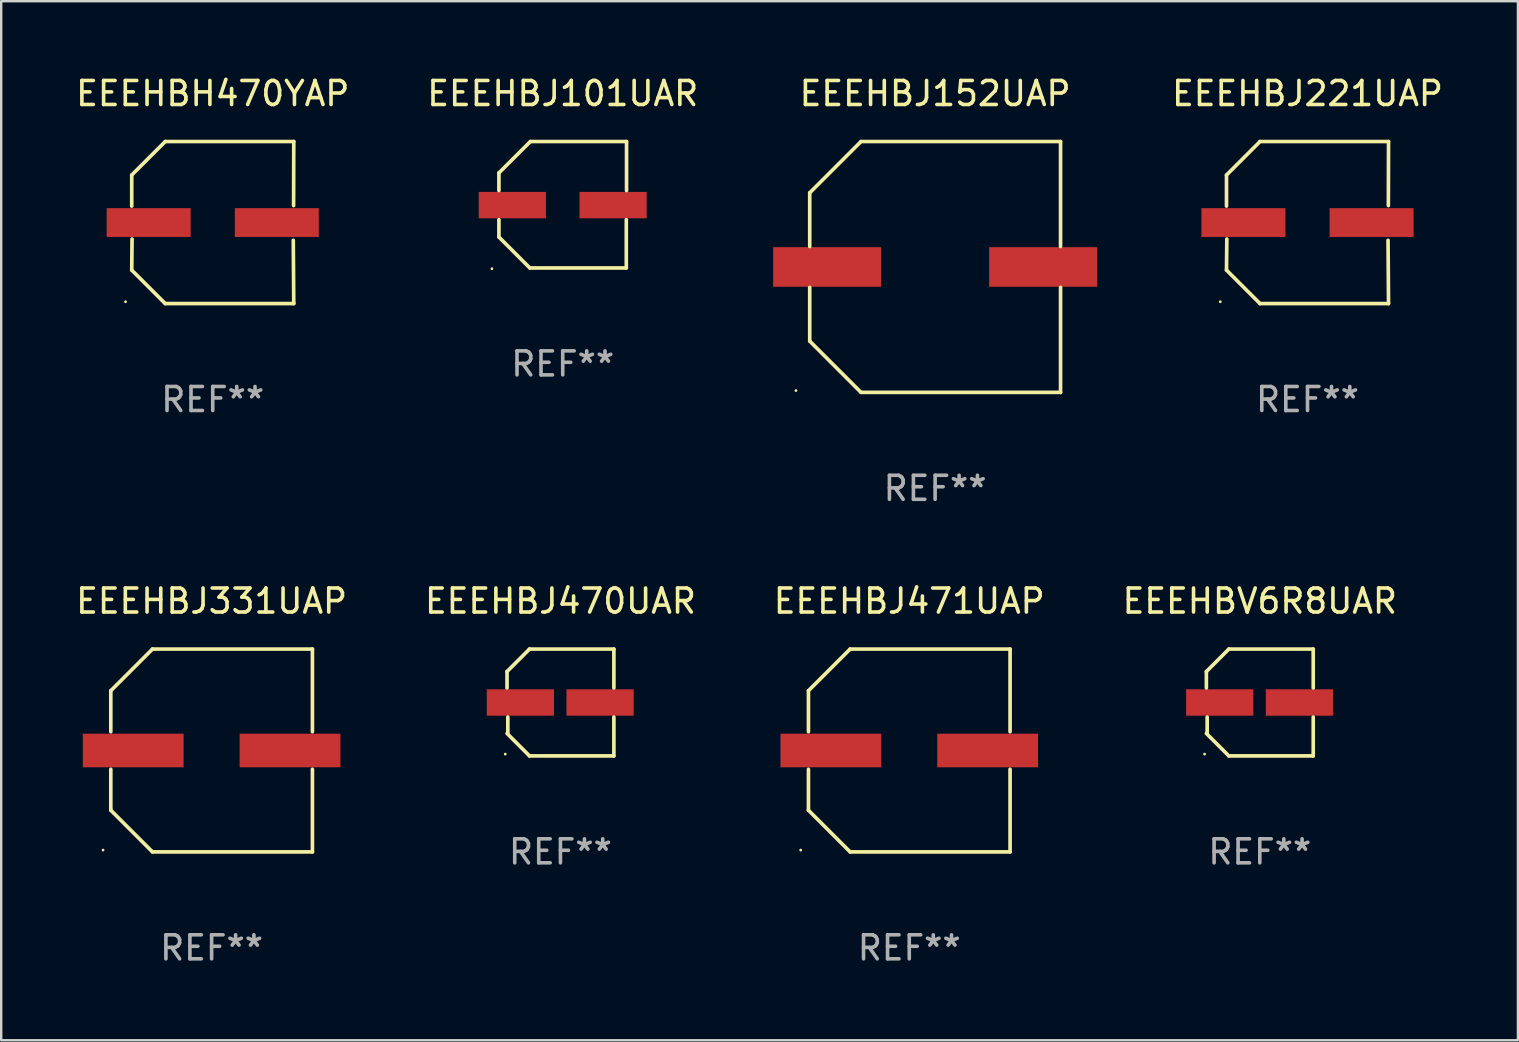
<source format=kicad_pcb>
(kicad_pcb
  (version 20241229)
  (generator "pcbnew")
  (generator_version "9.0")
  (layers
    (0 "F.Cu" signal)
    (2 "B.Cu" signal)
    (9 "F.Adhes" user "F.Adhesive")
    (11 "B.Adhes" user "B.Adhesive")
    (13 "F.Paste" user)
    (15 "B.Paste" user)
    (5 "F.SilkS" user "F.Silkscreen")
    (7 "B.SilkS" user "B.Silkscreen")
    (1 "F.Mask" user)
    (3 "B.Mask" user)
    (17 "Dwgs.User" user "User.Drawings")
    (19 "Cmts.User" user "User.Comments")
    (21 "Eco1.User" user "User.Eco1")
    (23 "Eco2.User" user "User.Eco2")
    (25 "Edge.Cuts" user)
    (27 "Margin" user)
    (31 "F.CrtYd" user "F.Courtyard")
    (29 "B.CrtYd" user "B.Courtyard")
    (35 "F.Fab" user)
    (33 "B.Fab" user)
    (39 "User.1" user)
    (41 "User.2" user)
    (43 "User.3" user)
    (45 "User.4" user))
  (footprint "EEEHBJ471UAP"
    (layer "F.Cu")
    (at 34.839 28.223)
    (property "Reference" "EEEHBJ471UAP" (at 0 -6.226 0) (layer "F.SilkS") (effects (font (size 1 1) (thickness 0.15))))
    (attr through_hole)
    (fp_line (start -4.201 -2.49) (end -4.201 -0.782) (stroke (width 0.152) (type solid)) (layer "F.SilkS"))
    (fp_line (start -4.201 2.49) (end -4.201 0.782) (stroke (width 0.152) (type solid)) (layer "F.SilkS"))
    (fp_line (start -2.465 -4.226) (end -4.201 -2.49) (stroke (width 0.152) (type solid)) (layer "F.SilkS"))
    (fp_line (start -2.465 4.226) (end -4.201 2.49) (stroke (width 0.152) (type solid)) (layer "F.SilkS"))
    (fp_line (start 4.201 -4.226) (end -2.465 -4.226) (stroke (width 0.152) (type solid)) (layer "F.SilkS"))
    (fp_line (start 4.201 -0.782) (end 4.201 -4.226) (stroke (width 0.152) (type solid)) (layer "F.SilkS"))
    (fp_line (start 4.201 0.782) (end 4.201 4.226) (stroke (width 0.152) (type solid)) (layer "F.SilkS"))
    (fp_line (start 4.201 4.226) (end -2.465 4.226) (stroke (width 0.152) (type solid)) (layer "F.SilkS"))
    (fp_circle (center -4.524 4.15) (end -4.494 4.15) (stroke (width 0.06) (type solid)) (fill no) (layer "F.SilkS"))
    (fp_text user "REF**" (at 0 8.226 0) (layer "F.Fab") (effects (font (size 1 1) (thickness 0.15))))
    (pad "1" smd rect (at -3.267 0) (size 4.2 1.4) (layers "F.Cu" "F.Mask" "F.Paste"))
    (pad "2" smd rect (at 3.267 0) (size 4.2 1.4) (layers "F.Cu" "F.Mask" "F.Paste")))
  (footprint "EEEHBJ331UAP"
    (layer "F.Cu")
    (at 5.768 28.223)
    (property "Reference" "EEEHBJ331UAP" (at 0 -6.226 0) (layer "F.SilkS") (effects (font (size 1 1) (thickness 0.15))))
    (attr through_hole)
    (fp_line (start -4.201 -2.49) (end -4.201 -0.782) (stroke (width 0.152) (type solid)) (layer "F.SilkS"))
    (fp_line (start -4.201 2.49) (end -4.201 0.782) (stroke (width 0.152) (type solid)) (layer "F.SilkS"))
    (fp_line (start -2.465 -4.226) (end -4.201 -2.49) (stroke (width 0.152) (type solid)) (layer "F.SilkS"))
    (fp_line (start -2.465 4.226) (end -4.201 2.49) (stroke (width 0.152) (type solid)) (layer "F.SilkS"))
    (fp_line (start 4.201 -4.226) (end -2.465 -4.226) (stroke (width 0.152) (type solid)) (layer "F.SilkS"))
    (fp_line (start 4.201 -0.782) (end 4.201 -4.226) (stroke (width 0.152) (type solid)) (layer "F.SilkS"))
    (fp_line (start 4.201 0.782) (end 4.201 4.226) (stroke (width 0.152) (type solid)) (layer "F.SilkS"))
    (fp_line (start 4.201 4.226) (end -2.465 4.226) (stroke (width 0.152) (type solid)) (layer "F.SilkS"))
    (fp_circle (center -4.524 4.15) (end -4.494 4.15) (stroke (width 0.06) (type solid)) (fill no) (layer "F.SilkS"))
    (fp_text user "REF**" (at 0 8.226 0) (layer "F.Fab") (effects (font (size 1 1) (thickness 0.15))))
    (pad "1" smd rect (at -3.267 0) (size 4.2 1.4) (layers "F.Cu" "F.Mask" "F.Paste"))
    (pad "2" smd rect (at 3.267 0) (size 4.2 1.4) (layers "F.Cu" "F.Mask" "F.Paste")))
  (footprint "EEEHBJ221UAP"
    (layer "F.Cu")
    (at 51.434 6.224)
    (property "Reference" "EEEHBJ221UAP" (at 0 -5.376 0) (layer "F.SilkS") (effects (font (size 1 1) (thickness 0.15))))
    (attr through_hole)
    (fp_line (start -3.376 -1.98) (end -3.376 -0.686) (stroke (width 0.152) (type solid)) (layer "F.SilkS"))
    (fp_line (start -3.376 1.981) (end -3.362 0.686) (stroke (width 0.152) (type solid)) (layer "F.SilkS"))
    (fp_line (start -1.981 3.376) (end -3.376 1.981) (stroke (width 0.152) (type solid)) (layer "F.SilkS"))
    (fp_line (start -1.98 -3.376) (end -3.376 -1.98) (stroke (width 0.152) (type solid)) (layer "F.SilkS"))
    (fp_line (start 3.356 0.74) (end 3.376 3.376) (stroke (width 0.152) (type solid)) (layer "F.SilkS"))
    (fp_line (start 3.369 -0.707) (end 3.376 -3.376) (stroke (width 0.152) (type solid)) (layer "F.SilkS"))
    (fp_line (start 3.376 3.376) (end -1.981 3.376) (stroke (width 0.152) (type solid)) (layer "F.SilkS"))
    (fp_line (start 3.376 -3.376) (end -1.98 -3.376) (stroke (width 0.152) (type solid)) (layer "F.SilkS"))
    (fp_circle (center -3.634 3.3) (end -3.604 3.3) (stroke (width 0.06) (type solid)) (fill no) (layer "F.SilkS"))
    (fp_text user "REF**" (at 0 7.376 0) (layer "F.Fab") (effects (font (size 1 1) (thickness 0.15))))
    (pad "1" smd rect (at -2.67 0.000254) (size 3.5 1.2) (layers "F.Cu" "F.Mask" "F.Paste"))
    (pad "2" smd rect (at 2.67 0.000254) (size 3.5 1.2) (layers "F.Cu" "F.Mask" "F.Paste")))
  (footprint "EEEHBJ470UAR"
    (layer "F.Cu")
    (at 20.304 26.223)
    (property "Reference" "EEEHBJ470UAR" (at 0 -4.226 0) (layer "F.SilkS") (effects (font (size 1 1) (thickness 0.15))))
    (attr through_hole)
    (fp_line (start -2.226 -1.29) (end -2.226 -0.607) (stroke (width 0.152) (type solid)) (layer "F.SilkS"))
    (fp_line (start -2.193 1.29) (end -2.193 0.607) (stroke (width 0.152) (type solid)) (layer "F.SilkS"))
    (fp_line (start -1.29 2.226) (end -2.226 1.29) (stroke (width 0.152) (type solid)) (layer "F.SilkS"))
    (fp_line (start -1.29 -2.226) (end -2.226 -1.29) (stroke (width 0.152) (type solid)) (layer "F.SilkS"))
    (fp_line (start 2.226 -2.226) (end -1.29 -2.226) (stroke (width 0.152) (type solid)) (layer "F.SilkS"))
    (fp_line (start 2.226 -0.607) (end 2.226 -2.226) (stroke (width 0.152) (type solid)) (layer "F.SilkS"))
    (fp_line (start 2.226 0.607) (end 2.226 2.226) (stroke (width 0.152) (type solid)) (layer "F.SilkS"))
    (fp_line (start 2.226 2.226) (end -1.29 2.226) (stroke (width 0.152) (type solid)) (layer "F.SilkS"))
    (fp_circle (center -2.3 2.15) (end -2.27 2.15) (stroke (width 0.06) (type solid)) (fill no) (layer "F.SilkS"))
    (fp_text user "REF**" (at 0 6.226 0) (layer "F.Fab") (effects (font (size 1 1) (thickness 0.15))))
    (pad "1" smd rect (at -1.67 -0.000025) (size 2.8 1.1) (layers "F.Cu" "F.Mask" "F.Paste"))
    (pad "2" smd rect (at 1.651 -0.000025) (size 2.8 1.1) (layers "F.Cu" "F.Mask" "F.Paste")))
  (footprint "EEEHBJ152UAP"
    (layer "F.Cu")
    (at 35.917 8.074)
    (property "Reference" "EEEHBJ152UAP" (at 0 -7.226 0) (layer "F.SilkS") (effects (font (size 1 1) (thickness 0.15))))
    (attr through_hole)
    (fp_line (start -5.226 -3.09) (end -5.226 -0.852) (stroke (width 0.152) (type solid)) (layer "F.SilkS"))
    (fp_line (start -5.226 3.09) (end -5.226 0.852) (stroke (width 0.152) (type solid)) (layer "F.SilkS"))
    (fp_line (start -3.09 -5.226) (end -5.226 -3.09) (stroke (width 0.152) (type solid)) (layer "F.SilkS"))
    (fp_line (start -3.09 5.226) (end -5.226 3.09) (stroke (width 0.152) (type solid)) (layer "F.SilkS"))
    (fp_line (start 5.226 -5.226) (end -3.09 -5.226) (stroke (width 0.152) (type solid)) (layer "F.SilkS"))
    (fp_line (start 5.226 -0.852) (end 5.226 -5.226) (stroke (width 0.152) (type solid)) (layer "F.SilkS"))
    (fp_line (start 5.226 0.852) (end 5.226 5.226) (stroke (width 0.152) (type solid)) (layer "F.SilkS"))
    (fp_line (start 5.226 5.226) (end -3.09 5.226) (stroke (width 0.152) (type solid)) (layer "F.SilkS"))
    (fp_circle (center -5.8 5.15) (end -5.77 5.15) (stroke (width 0.06) (type solid)) (fill no) (layer "F.SilkS"))
    (fp_text user "REF**" (at 0 9.226 0) (layer "F.Fab") (effects (font (size 1 1) (thickness 0.15))))
    (pad "1" smd rect (at -4.5 0) (size 4.5 1.65) (layers "F.Cu" "F.Mask" "F.Paste"))
    (pad "2" smd rect (at 4.5 0) (size 4.5 1.65) (layers "F.Cu" "F.Mask" "F.Paste")))
  (footprint "EEEHBJ101UAR"
    (layer "F.Cu")
    (at 20.399 5.482)
    (property "Reference" "EEEHBJ101UAR" (at 0 -4.634 0) (layer "F.SilkS") (effects (font (size 1 1) (thickness 0.15))))
    (attr through_hole)
    (fp_line (start -2.659 -1.326) (end -2.659 -0.592) (stroke (width 0.152) (type solid)) (layer "F.SilkS"))
    (fp_line (start -2.659 1.346) (end -2.659 0.622) (stroke (width 0.152) (type solid)) (layer "F.SilkS"))
    (fp_line (start -1.372 2.634) (end -2.659 1.346) (stroke (width 0.152) (type solid)) (layer "F.SilkS"))
    (fp_line (start -1.349 -2.634) (end -2.659 -1.326) (stroke (width 0.152) (type solid)) (layer "F.SilkS"))
    (fp_line (start 2.649 0.622) (end 2.649 2.634) (stroke (width 0.152) (type solid)) (layer "F.SilkS"))
    (fp_line (start 2.649 2.634) (end -1.372 2.634) (stroke (width 0.152) (type solid)) (layer "F.SilkS"))
    (fp_line (start 2.659 -2.634) (end -1.349 -2.634) (stroke (width 0.152) (type solid)) (layer "F.SilkS"))
    (fp_line (start 2.659 -0.592) (end 2.659 -2.634) (stroke (width 0.152) (type solid)) (layer "F.SilkS"))
    (fp_circle (center -2.95 2.665) (end -2.92 2.665) (stroke (width 0.06) (type solid)) (fill no) (layer "F.SilkS"))
    (fp_text user "REF**" (at 0 6.634 0) (layer "F.Fab") (effects (font (size 1 1) (thickness 0.15))))
    (pad "1" smd rect (at -2.1 0.015) (size 2.8 1.1) (layers "F.Cu" "F.Mask" "F.Paste"))
    (pad "2" smd rect (at 2.1 0.015) (size 2.8 1.1) (layers "F.Cu" "F.Mask" "F.Paste")))
  (footprint "EEEHBH470YAP"
    (layer "F.Cu")
    (at 5.815 6.224)
    (property "Reference" "EEEHBH470YAP" (at 0 -5.376 0) (layer "F.SilkS") (effects (font (size 1 1) (thickness 0.15))))
    (attr through_hole)
    (fp_line (start -3.376 -1.98) (end -3.376 -0.686) (stroke (width 0.152) (type solid)) (layer "F.SilkS"))
    (fp_line (start -3.376 1.981) (end -3.362 0.686) (stroke (width 0.152) (type solid)) (layer "F.SilkS"))
    (fp_line (start -1.981 3.376) (end -3.376 1.981) (stroke (width 0.152) (type solid)) (layer "F.SilkS"))
    (fp_line (start -1.98 -3.376) (end -3.376 -1.98) (stroke (width 0.152) (type solid)) (layer "F.SilkS"))
    (fp_line (start 3.356 0.74) (end 3.376 3.376) (stroke (width 0.152) (type solid)) (layer "F.SilkS"))
    (fp_line (start 3.369 -0.707) (end 3.376 -3.376) (stroke (width 0.152) (type solid)) (layer "F.SilkS"))
    (fp_line (start 3.376 3.376) (end -1.981 3.376) (stroke (width 0.152) (type solid)) (layer "F.SilkS"))
    (fp_line (start 3.376 -3.376) (end -1.98 -3.376) (stroke (width 0.152) (type solid)) (layer "F.SilkS"))
    (fp_circle (center -3.634 3.3) (end -3.604 3.3) (stroke (width 0.06) (type solid)) (fill no) (layer "F.SilkS"))
    (fp_text user "REF**" (at 0 7.376 0) (layer "F.Fab") (effects (font (size 1 1) (thickness 0.15))))
    (pad "1" smd rect (at -2.67 0.000254) (size 3.5 1.2) (layers "F.Cu" "F.Mask" "F.Paste"))
    (pad "2" smd rect (at 2.67 0.000254) (size 3.5 1.2) (layers "F.Cu" "F.Mask" "F.Paste")))
  (footprint "EEEHBV6R8UAR"
    (layer "F.Cu")
    (at 49.446 26.223)
    (property "Reference" "EEEHBV6R8UAR" (at 0 -4.226 0) (layer "F.SilkS") (effects (font (size 1 1) (thickness 0.15))))
    (attr through_hole)
    (fp_line (start -2.226 -1.29) (end -2.226 -0.607) (stroke (width 0.152) (type solid)) (layer "F.SilkS"))
    (fp_line (start -2.193 1.29) (end -2.193 0.607) (stroke (width 0.152) (type solid)) (layer "F.SilkS"))
    (fp_line (start -1.29 2.226) (end -2.226 1.29) (stroke (width 0.152) (type solid)) (layer "F.SilkS"))
    (fp_line (start -1.29 -2.226) (end -2.226 -1.29) (stroke (width 0.152) (type solid)) (layer "F.SilkS"))
    (fp_line (start 2.226 -2.226) (end -1.29 -2.226) (stroke (width 0.152) (type solid)) (layer "F.SilkS"))
    (fp_line (start 2.226 -0.607) (end 2.226 -2.226) (stroke (width 0.152) (type solid)) (layer "F.SilkS"))
    (fp_line (start 2.226 0.607) (end 2.226 2.226) (stroke (width 0.152) (type solid)) (layer "F.SilkS"))
    (fp_line (start 2.226 2.226) (end -1.29 2.226) (stroke (width 0.152) (type solid)) (layer "F.SilkS"))
    (fp_circle (center -2.3 2.15) (end -2.27 2.15) (stroke (width 0.06) (type solid)) (fill no) (layer "F.SilkS"))
    (fp_text user "REF**" (at 0 6.226 0) (layer "F.Fab") (effects (font (size 1 1) (thickness 0.15))))
    (pad "1" smd rect (at -1.67 -0.000025) (size 2.8 1.1) (layers "F.Cu" "F.Mask" "F.Paste"))
    (pad "2" smd rect (at 1.651 -0.000025) (size 2.8 1.1) (layers "F.Cu" "F.Mask" "F.Paste")))
  (gr_rect
    (start -3 -3)
    (end 60.202 40.298)
    (stroke (width 0.1) (type default))
    (fill no)
    (layer "Edge.Cuts")))
</source>
